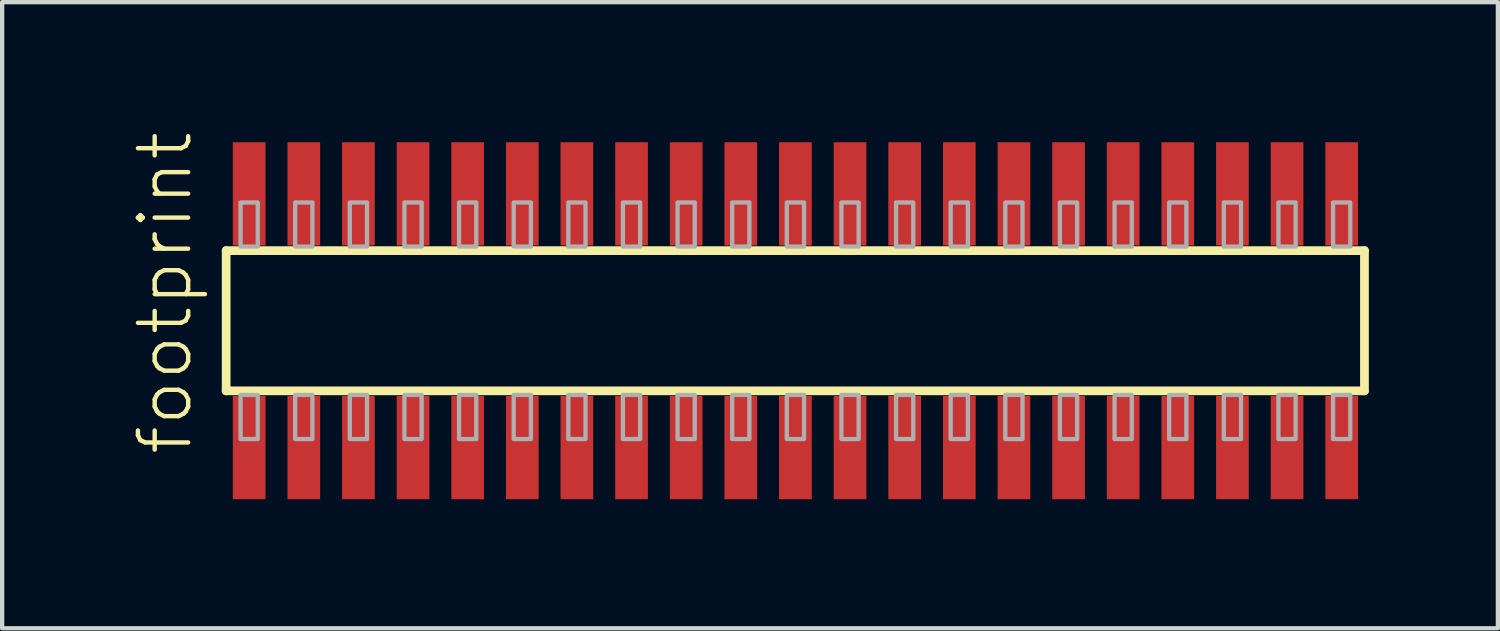
<source format=kicad_pcb>
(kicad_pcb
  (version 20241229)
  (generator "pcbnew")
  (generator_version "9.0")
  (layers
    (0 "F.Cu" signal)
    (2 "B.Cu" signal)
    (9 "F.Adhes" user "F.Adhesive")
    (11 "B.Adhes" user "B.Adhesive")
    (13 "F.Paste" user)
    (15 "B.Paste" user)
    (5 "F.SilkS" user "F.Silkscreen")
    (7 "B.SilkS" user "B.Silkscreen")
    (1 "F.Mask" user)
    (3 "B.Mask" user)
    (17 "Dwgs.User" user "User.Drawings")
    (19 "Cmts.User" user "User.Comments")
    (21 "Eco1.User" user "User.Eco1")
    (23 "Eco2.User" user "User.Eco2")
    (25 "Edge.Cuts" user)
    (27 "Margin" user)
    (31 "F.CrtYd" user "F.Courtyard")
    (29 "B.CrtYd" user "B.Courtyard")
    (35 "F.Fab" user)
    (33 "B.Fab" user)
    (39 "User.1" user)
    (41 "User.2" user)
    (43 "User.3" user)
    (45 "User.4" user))
  (footprint "footprint"
    (layer "F.Cu")
    (at 15.443 4.407)
    (property "Reference" "footprint" (at -13.97 3.175 90) (layer "F.SilkS") (effects (font (size 1.168 1.168) (thickness 0.102)) (justify left bottom)))
    (fp_line (start -13.235 -1.63) (end 13.23 -1.63) (stroke (width 0.203) (type solid)) (layer "F.SilkS"))
    (fp_line (start -13.235 1.63) (end -13.235 -1.63) (stroke (width 0.203) (type solid)) (layer "F.SilkS"))
    (fp_line (start 13.23 -1.63) (end 13.23 1.63) (stroke (width 0.203) (type solid)) (layer "F.SilkS"))
    (fp_line (start 13.23 1.63) (end -13.235 1.63) (stroke (width 0.203) (type solid)) (layer "F.SilkS"))
    (fp_poly (pts (xy -12.9 -1.725) (xy -12.5 -1.725) (xy -12.5 -2.75) (xy -12.9 -2.75)) (stroke (width 0.1) (type solid)) (fill no) (layer "F.Fab"))
    (fp_poly (pts (xy -12.5 1.725) (xy -12.9 1.725) (xy -12.9 2.75) (xy -12.5 2.75)) (stroke (width 0.1) (type solid)) (fill no) (layer "F.Fab"))
    (fp_poly (pts (xy -11.63 -1.725) (xy -11.23 -1.725) (xy -11.23 -2.75) (xy -11.63 -2.75)) (stroke (width 0.1) (type solid)) (fill no) (layer "F.Fab"))
    (fp_poly (pts (xy -11.23 1.725) (xy -11.63 1.725) (xy -11.63 2.75) (xy -11.23 2.75)) (stroke (width 0.1) (type solid)) (fill no) (layer "F.Fab"))
    (fp_poly (pts (xy -10.36 -1.725) (xy -9.96 -1.725) (xy -9.96 -2.75) (xy -10.36 -2.75)) (stroke (width 0.1) (type solid)) (fill no) (layer "F.Fab"))
    (fp_poly (pts (xy -9.96 1.725) (xy -10.36 1.725) (xy -10.36 2.75) (xy -9.96 2.75)) (stroke (width 0.1) (type solid)) (fill no) (layer "F.Fab"))
    (fp_poly (pts (xy -9.09 -1.725) (xy -8.69 -1.725) (xy -8.69 -2.75) (xy -9.09 -2.75)) (stroke (width 0.1) (type solid)) (fill no) (layer "F.Fab"))
    (fp_poly (pts (xy -8.69 1.725) (xy -9.09 1.725) (xy -9.09 2.75) (xy -8.69 2.75)) (stroke (width 0.1) (type solid)) (fill no) (layer "F.Fab"))
    (fp_poly (pts (xy -7.82 -1.725) (xy -7.42 -1.725) (xy -7.42 -2.75) (xy -7.82 -2.75)) (stroke (width 0.1) (type solid)) (fill no) (layer "F.Fab"))
    (fp_poly (pts (xy -7.42 1.725) (xy -7.82 1.725) (xy -7.82 2.75) (xy -7.42 2.75)) (stroke (width 0.1) (type solid)) (fill no) (layer "F.Fab"))
    (fp_poly (pts (xy -6.55 -1.725) (xy -6.15 -1.725) (xy -6.15 -2.75) (xy -6.55 -2.75)) (stroke (width 0.1) (type solid)) (fill no) (layer "F.Fab"))
    (fp_poly (pts (xy -6.15 1.725) (xy -6.55 1.725) (xy -6.55 2.75) (xy -6.15 2.75)) (stroke (width 0.1) (type solid)) (fill no) (layer "F.Fab"))
    (fp_poly (pts (xy -5.28 -1.725) (xy -4.88 -1.725) (xy -4.88 -2.75) (xy -5.28 -2.75)) (stroke (width 0.1) (type solid)) (fill no) (layer "F.Fab"))
    (fp_poly (pts (xy -4.88 1.725) (xy -5.28 1.725) (xy -5.28 2.75) (xy -4.88 2.75)) (stroke (width 0.1) (type solid)) (fill no) (layer "F.Fab"))
    (fp_poly (pts (xy -4.01 -1.725) (xy -3.61 -1.725) (xy -3.61 -2.75) (xy -4.01 -2.75)) (stroke (width 0.1) (type solid)) (fill no) (layer "F.Fab"))
    (fp_poly (pts (xy -3.61 1.725) (xy -4.01 1.725) (xy -4.01 2.75) (xy -3.61 2.75)) (stroke (width 0.1) (type solid)) (fill no) (layer "F.Fab"))
    (fp_poly (pts (xy -2.74 -1.725) (xy -2.34 -1.725) (xy -2.34 -2.75) (xy -2.74 -2.75)) (stroke (width 0.1) (type solid)) (fill no) (layer "F.Fab"))
    (fp_poly (pts (xy -2.34 1.725) (xy -2.74 1.725) (xy -2.74 2.75) (xy -2.34 2.75)) (stroke (width 0.1) (type solid)) (fill no) (layer "F.Fab"))
    (fp_poly (pts (xy -1.47 -1.725) (xy -1.07 -1.725) (xy -1.07 -2.75) (xy -1.47 -2.75)) (stroke (width 0.1) (type solid)) (fill no) (layer "F.Fab"))
    (fp_poly (pts (xy -1.07 1.725) (xy -1.47 1.725) (xy -1.47 2.75) (xy -1.07 2.75)) (stroke (width 0.1) (type solid)) (fill no) (layer "F.Fab"))
    (fp_poly (pts (xy -0.2 -1.725) (xy 0.2 -1.725) (xy 0.2 -2.75) (xy -0.2 -2.75)) (stroke (width 0.1) (type solid)) (fill no) (layer "F.Fab"))
    (fp_poly (pts (xy 0.2 1.725) (xy -0.2 1.725) (xy -0.2 2.75) (xy 0.2 2.75)) (stroke (width 0.1) (type solid)) (fill no) (layer "F.Fab"))
    (fp_poly (pts (xy 1.07 -1.725) (xy 1.47 -1.725) (xy 1.47 -2.75) (xy 1.07 -2.75)) (stroke (width 0.1) (type solid)) (fill no) (layer "F.Fab"))
    (fp_poly (pts (xy 1.47 1.725) (xy 1.07 1.725) (xy 1.07 2.75) (xy 1.47 2.75)) (stroke (width 0.1) (type solid)) (fill no) (layer "F.Fab"))
    (fp_poly (pts (xy 2.34 -1.725) (xy 2.74 -1.725) (xy 2.74 -2.75) (xy 2.34 -2.75)) (stroke (width 0.1) (type solid)) (fill no) (layer "F.Fab"))
    (fp_poly (pts (xy 2.74 1.725) (xy 2.34 1.725) (xy 2.34 2.75) (xy 2.74 2.75)) (stroke (width 0.1) (type solid)) (fill no) (layer "F.Fab"))
    (fp_poly (pts (xy 3.61 -1.725) (xy 4.01 -1.725) (xy 4.01 -2.75) (xy 3.61 -2.75)) (stroke (width 0.1) (type solid)) (fill no) (layer "F.Fab"))
    (fp_poly (pts (xy 4.01 1.725) (xy 3.61 1.725) (xy 3.61 2.75) (xy 4.01 2.75)) (stroke (width 0.1) (type solid)) (fill no) (layer "F.Fab"))
    (fp_poly (pts (xy 4.88 -1.725) (xy 5.28 -1.725) (xy 5.28 -2.75) (xy 4.88 -2.75)) (stroke (width 0.1) (type solid)) (fill no) (layer "F.Fab"))
    (fp_poly (pts (xy 5.28 1.725) (xy 4.88 1.725) (xy 4.88 2.75) (xy 5.28 2.75)) (stroke (width 0.1) (type solid)) (fill no) (layer "F.Fab"))
    (fp_poly (pts (xy 6.15 -1.725) (xy 6.55 -1.725) (xy 6.55 -2.75) (xy 6.15 -2.75)) (stroke (width 0.1) (type solid)) (fill no) (layer "F.Fab"))
    (fp_poly (pts (xy 6.55 1.725) (xy 6.15 1.725) (xy 6.15 2.75) (xy 6.55 2.75)) (stroke (width 0.1) (type solid)) (fill no) (layer "F.Fab"))
    (fp_poly (pts (xy 7.42 -1.725) (xy 7.82 -1.725) (xy 7.82 -2.75) (xy 7.42 -2.75)) (stroke (width 0.1) (type solid)) (fill no) (layer "F.Fab"))
    (fp_poly (pts (xy 7.82 1.725) (xy 7.42 1.725) (xy 7.42 2.75) (xy 7.82 2.75)) (stroke (width 0.1) (type solid)) (fill no) (layer "F.Fab"))
    (fp_poly (pts (xy 8.69 -1.725) (xy 9.09 -1.725) (xy 9.09 -2.75) (xy 8.69 -2.75)) (stroke (width 0.1) (type solid)) (fill no) (layer "F.Fab"))
    (fp_poly (pts (xy 9.09 1.725) (xy 8.69 1.725) (xy 8.69 2.75) (xy 9.09 2.75)) (stroke (width 0.1) (type solid)) (fill no) (layer "F.Fab"))
    (fp_poly (pts (xy 9.96 -1.725) (xy 10.36 -1.725) (xy 10.36 -2.75) (xy 9.96 -2.75)) (stroke (width 0.1) (type solid)) (fill no) (layer "F.Fab"))
    (fp_poly (pts (xy 10.36 1.725) (xy 9.96 1.725) (xy 9.96 2.75) (xy 10.36 2.75)) (stroke (width 0.1) (type solid)) (fill no) (layer "F.Fab"))
    (fp_poly (pts (xy 11.23 -1.725) (xy 11.63 -1.725) (xy 11.63 -2.75) (xy 11.23 -2.75)) (stroke (width 0.1) (type solid)) (fill no) (layer "F.Fab"))
    (fp_poly (pts (xy 11.63 1.725) (xy 11.23 1.725) (xy 11.23 2.75) (xy 11.63 2.75)) (stroke (width 0.1) (type solid)) (fill no) (layer "F.Fab"))
    (fp_poly (pts (xy 12.5 -1.725) (xy 12.9 -1.725) (xy 12.9 -2.75) (xy 12.5 -2.75)) (stroke (width 0.1) (type solid)) (fill no) (layer "F.Fab"))
    (fp_poly (pts (xy 12.9 1.725) (xy 12.5 1.725) (xy 12.5 2.75) (xy 12.9 2.75)) (stroke (width 0.1) (type solid)) (fill no) (layer "F.Fab"))
    (pad "1" smd rect (at -12.7 2.95) (size 0.76 2.4) (layers "F.Cu" "F.Mask" "F.Paste"))
    (pad "2" smd rect (at -12.7 -2.95) (size 0.76 2.4) (layers "F.Cu" "F.Mask" "F.Paste"))
    (pad "3" smd rect (at -11.43 2.95) (size 0.76 2.4) (layers "F.Cu" "F.Mask" "F.Paste"))
    (pad "4" smd rect (at -11.43 -2.95) (size 0.76 2.4) (layers "F.Cu" "F.Mask" "F.Paste"))
    (pad "5" smd rect (at -10.16 2.95) (size 0.76 2.4) (layers "F.Cu" "F.Mask" "F.Paste"))
    (pad "6" smd rect (at -10.16 -2.95) (size 0.76 2.4) (layers "F.Cu" "F.Mask" "F.Paste"))
    (pad "7" smd rect (at -8.89 2.95) (size 0.76 2.4) (layers "F.Cu" "F.Mask" "F.Paste"))
    (pad "8" smd rect (at -8.89 -2.95) (size 0.76 2.4) (layers "F.Cu" "F.Mask" "F.Paste"))
    (pad "9" smd rect (at -7.62 2.95) (size 0.76 2.4) (layers "F.Cu" "F.Mask" "F.Paste"))
    (pad "10" smd rect (at -7.62 -2.95) (size 0.76 2.4) (layers "F.Cu" "F.Mask" "F.Paste"))
    (pad "11" smd rect (at -6.35 2.95) (size 0.76 2.4) (layers "F.Cu" "F.Mask" "F.Paste"))
    (pad "12" smd rect (at -6.35 -2.95) (size 0.76 2.4) (layers "F.Cu" "F.Mask" "F.Paste"))
    (pad "13" smd rect (at -5.08 2.95) (size 0.76 2.4) (layers "F.Cu" "F.Mask" "F.Paste"))
    (pad "14" smd rect (at -5.08 -2.95) (size 0.76 2.4) (layers "F.Cu" "F.Mask" "F.Paste"))
    (pad "15" smd rect (at -3.81 2.95) (size 0.76 2.4) (layers "F.Cu" "F.Mask" "F.Paste"))
    (pad "16" smd rect (at -3.81 -2.95) (size 0.76 2.4) (layers "F.Cu" "F.Mask" "F.Paste"))
    (pad "17" smd rect (at -2.54 2.95) (size 0.76 2.4) (layers "F.Cu" "F.Mask" "F.Paste"))
    (pad "18" smd rect (at -2.54 -2.95) (size 0.76 2.4) (layers "F.Cu" "F.Mask" "F.Paste"))
    (pad "19" smd rect (at -1.27 2.95) (size 0.76 2.4) (layers "F.Cu" "F.Mask" "F.Paste"))
    (pad "20" smd rect (at -1.27 -2.95) (size 0.76 2.4) (layers "F.Cu" "F.Mask" "F.Paste"))
    (pad "21" smd rect (at 0 2.95) (size 0.76 2.4) (layers "F.Cu" "F.Mask" "F.Paste"))
    (pad "22" smd rect (at 0 -2.95) (size 0.76 2.4) (layers "F.Cu" "F.Mask" "F.Paste"))
    (pad "23" smd rect (at 1.27 2.95) (size 0.76 2.4) (layers "F.Cu" "F.Mask" "F.Paste"))
    (pad "24" smd rect (at 1.27 -2.95) (size 0.76 2.4) (layers "F.Cu" "F.Mask" "F.Paste"))
    (pad "25" smd rect (at 2.54 2.95) (size 0.76 2.4) (layers "F.Cu" "F.Mask" "F.Paste"))
    (pad "26" smd rect (at 2.54 -2.95) (size 0.76 2.4) (layers "F.Cu" "F.Mask" "F.Paste"))
    (pad "27" smd rect (at 3.81 2.95) (size 0.76 2.4) (layers "F.Cu" "F.Mask" "F.Paste"))
    (pad "28" smd rect (at 3.81 -2.95) (size 0.76 2.4) (layers "F.Cu" "F.Mask" "F.Paste"))
    (pad "29" smd rect (at 5.08 2.95) (size 0.76 2.4) (layers "F.Cu" "F.Mask" "F.Paste"))
    (pad "30" smd rect (at 5.08 -2.95) (size 0.76 2.4) (layers "F.Cu" "F.Mask" "F.Paste"))
    (pad "31" smd rect (at 6.35 2.95) (size 0.76 2.4) (layers "F.Cu" "F.Mask" "F.Paste"))
    (pad "32" smd rect (at 6.35 -2.95) (size 0.76 2.4) (layers "F.Cu" "F.Mask" "F.Paste"))
    (pad "33" smd rect (at 7.62 2.95) (size 0.76 2.4) (layers "F.Cu" "F.Mask" "F.Paste"))
    (pad "34" smd rect (at 7.62 -2.95) (size 0.76 2.4) (layers "F.Cu" "F.Mask" "F.Paste"))
    (pad "35" smd rect (at 8.89 2.95) (size 0.76 2.4) (layers "F.Cu" "F.Mask" "F.Paste"))
    (pad "36" smd rect (at 8.89 -2.95) (size 0.76 2.4) (layers "F.Cu" "F.Mask" "F.Paste"))
    (pad "37" smd rect (at 10.16 2.95) (size 0.76 2.4) (layers "F.Cu" "F.Mask" "F.Paste"))
    (pad "38" smd rect (at 10.16 -2.95) (size 0.76 2.4) (layers "F.Cu" "F.Mask" "F.Paste"))
    (pad "39" smd rect (at 11.43 2.95) (size 0.76 2.4) (layers "F.Cu" "F.Mask" "F.Paste"))
    (pad "40" smd rect (at 11.43 -2.95) (size 0.76 2.4) (layers "F.Cu" "F.Mask" "F.Paste"))
    (pad "41" smd rect (at 12.7 2.95) (size 0.76 2.4) (layers "F.Cu" "F.Mask" "F.Paste"))
    (pad "42" smd rect (at 12.7 -2.95) (size 0.76 2.4) (layers "F.Cu" "F.Mask" "F.Paste")))
  (gr_rect
    (start -3 -3)
    (end 31.775 11.557)
    (stroke (width 0.1) (type default))
    (fill no)
    (layer "Edge.Cuts")))
</source>
